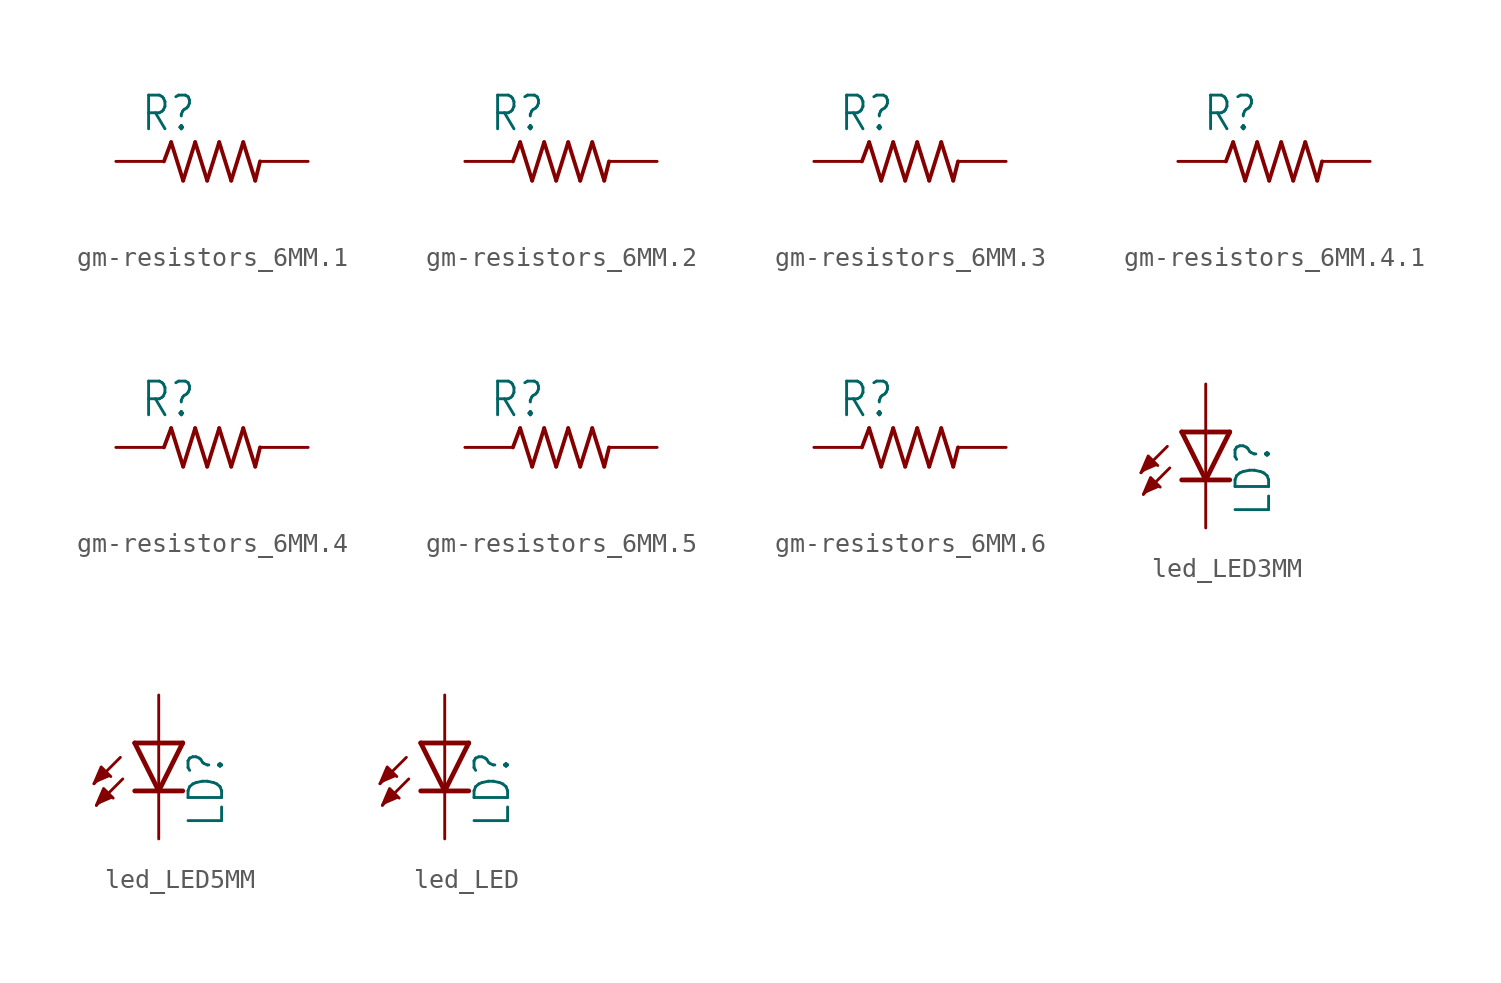
<source format=kicad_sym>
(kicad_symbol_lib
  (version 20220914)
  (generator kicad_symbol_editor)
  (symbol "gm-resistors_6MM.1"
    (property "Reference" "R"
      (at -3.81 1.499 0)
      (effects (font (size 1.778 1.511)) (justify left bottom)))
    (property "Value" ""
      (at -3.81 -3.302 0)
      (effects (font (size 1.778 1.511)) (justify left bottom)))
    (property "ki_locked" ""
      (at 0 0 0)
      (effects (font (size 1.27 1.27))))
    (symbol "gm-resistors_6MM.1_1_0"
      (polyline (pts (xy -2.54 0) (xy -2.159 1.016)) (stroke (width 0.203) (type solid)) (fill (type none)))
      (polyline (pts (xy -2.159 1.016) (xy -1.524 -1.016)) (stroke (width 0.203) (type solid)) (fill (type none)))
      (polyline (pts (xy -1.524 -1.016) (xy -0.889 1.016)) (stroke (width 0.203) (type solid)) (fill (type none)))
      (polyline (pts (xy -0.889 1.016) (xy -0.254 -1.016)) (stroke (width 0.203) (type solid)) (fill (type none)))
      (polyline (pts (xy -0.254 -1.016) (xy 0.381 1.016)) (stroke (width 0.203) (type solid)) (fill (type none)))
      (polyline (pts (xy 0.381 1.016) (xy 1.016 -1.016)) (stroke (width 0.203) (type solid)) (fill (type none)))
      (polyline (pts (xy 1.016 -1.016) (xy 1.651 1.016)) (stroke (width 0.203) (type solid)) (fill (type none)))
      (polyline (pts (xy 1.651 1.016) (xy 2.286 -1.016)) (stroke (width 0.203) (type solid)) (fill (type none)))
      (polyline (pts (xy 2.286 -1.016) (xy 2.54 0)) (stroke (width 0.203) (type solid)) (fill (type none)))
      (pin passive line (at -5.08 0 0) (length 2.54) (name "1" (effects (font (size 0 0)))) (number "1" (effects (font (size 0 0)))))
      (pin passive line (at 5.08 0 180) (length 2.54) (name "2" (effects (font (size 0 0)))) (number "2" (effects (font (size 0 0)))))))
  (symbol "gm-resistors_6MM.2"
    (property "Reference" "R"
      (at -3.81 1.499 0)
      (effects (font (size 1.778 1.511)) (justify left bottom)))
    (property "Value" ""
      (at -3.81 -3.302 0)
      (effects (font (size 1.778 1.511)) (justify left bottom)))
    (property "ki_locked" ""
      (at 0 0 0)
      (effects (font (size 1.27 1.27))))
    (symbol "gm-resistors_6MM.2_1_0"
      (polyline (pts (xy -2.54 0) (xy -2.159 1.016)) (stroke (width 0.203) (type solid)) (fill (type none)))
      (polyline (pts (xy -2.159 1.016) (xy -1.524 -1.016)) (stroke (width 0.203) (type solid)) (fill (type none)))
      (polyline (pts (xy -1.524 -1.016) (xy -0.889 1.016)) (stroke (width 0.203) (type solid)) (fill (type none)))
      (polyline (pts (xy -0.889 1.016) (xy -0.254 -1.016)) (stroke (width 0.203) (type solid)) (fill (type none)))
      (polyline (pts (xy -0.254 -1.016) (xy 0.381 1.016)) (stroke (width 0.203) (type solid)) (fill (type none)))
      (polyline (pts (xy 0.381 1.016) (xy 1.016 -1.016)) (stroke (width 0.203) (type solid)) (fill (type none)))
      (polyline (pts (xy 1.016 -1.016) (xy 1.651 1.016)) (stroke (width 0.203) (type solid)) (fill (type none)))
      (polyline (pts (xy 1.651 1.016) (xy 2.286 -1.016)) (stroke (width 0.203) (type solid)) (fill (type none)))
      (polyline (pts (xy 2.286 -1.016) (xy 2.54 0)) (stroke (width 0.203) (type solid)) (fill (type none)))
      (pin passive line (at -5.08 0 0) (length 2.54) (name "1" (effects (font (size 0 0)))) (number "1" (effects (font (size 0 0)))))
      (pin passive line (at 5.08 0 180) (length 2.54) (name "2" (effects (font (size 0 0)))) (number "2" (effects (font (size 0 0)))))))
  (symbol "gm-resistors_6MM.3"
    (property "Reference" "R"
      (at -3.81 1.499 0)
      (effects (font (size 1.778 1.511)) (justify left bottom)))
    (property "Value" ""
      (at -3.81 -3.302 0)
      (effects (font (size 1.778 1.511)) (justify left bottom)))
    (property "ki_locked" ""
      (at 0 0 0)
      (effects (font (size 1.27 1.27))))
    (symbol "gm-resistors_6MM.3_1_0"
      (polyline (pts (xy -2.54 0) (xy -2.159 1.016)) (stroke (width 0.203) (type solid)) (fill (type none)))
      (polyline (pts (xy -2.159 1.016) (xy -1.524 -1.016)) (stroke (width 0.203) (type solid)) (fill (type none)))
      (polyline (pts (xy -1.524 -1.016) (xy -0.889 1.016)) (stroke (width 0.203) (type solid)) (fill (type none)))
      (polyline (pts (xy -0.889 1.016) (xy -0.254 -1.016)) (stroke (width 0.203) (type solid)) (fill (type none)))
      (polyline (pts (xy -0.254 -1.016) (xy 0.381 1.016)) (stroke (width 0.203) (type solid)) (fill (type none)))
      (polyline (pts (xy 0.381 1.016) (xy 1.016 -1.016)) (stroke (width 0.203) (type solid)) (fill (type none)))
      (polyline (pts (xy 1.016 -1.016) (xy 1.651 1.016)) (stroke (width 0.203) (type solid)) (fill (type none)))
      (polyline (pts (xy 1.651 1.016) (xy 2.286 -1.016)) (stroke (width 0.203) (type solid)) (fill (type none)))
      (polyline (pts (xy 2.286 -1.016) (xy 2.54 0)) (stroke (width 0.203) (type solid)) (fill (type none)))
      (pin passive line (at -5.08 0 0) (length 2.54) (name "1" (effects (font (size 0 0)))) (number "1" (effects (font (size 0 0)))))
      (pin passive line (at 5.08 0 180) (length 2.54) (name "2" (effects (font (size 0 0)))) (number "2" (effects (font (size 0 0)))))))
  (symbol "gm-resistors_6MM.4.1"
    (property "Reference" "R"
      (at -3.81 1.499 0)
      (effects (font (size 1.778 1.511)) (justify left bottom)))
    (property "Value" ""
      (at -3.81 -3.302 0)
      (effects (font (size 1.778 1.511)) (justify left bottom)))
    (property "ki_locked" ""
      (at 0 0 0)
      (effects (font (size 1.27 1.27))))
    (symbol "gm-resistors_6MM.4.1_1_0"
      (polyline (pts (xy -2.54 0) (xy -2.159 1.016)) (stroke (width 0.203) (type solid)) (fill (type none)))
      (polyline (pts (xy -2.159 1.016) (xy -1.524 -1.016)) (stroke (width 0.203) (type solid)) (fill (type none)))
      (polyline (pts (xy -1.524 -1.016) (xy -0.889 1.016)) (stroke (width 0.203) (type solid)) (fill (type none)))
      (polyline (pts (xy -0.889 1.016) (xy -0.254 -1.016)) (stroke (width 0.203) (type solid)) (fill (type none)))
      (polyline (pts (xy -0.254 -1.016) (xy 0.381 1.016)) (stroke (width 0.203) (type solid)) (fill (type none)))
      (polyline (pts (xy 0.381 1.016) (xy 1.016 -1.016)) (stroke (width 0.203) (type solid)) (fill (type none)))
      (polyline (pts (xy 1.016 -1.016) (xy 1.651 1.016)) (stroke (width 0.203) (type solid)) (fill (type none)))
      (polyline (pts (xy 1.651 1.016) (xy 2.286 -1.016)) (stroke (width 0.203) (type solid)) (fill (type none)))
      (polyline (pts (xy 2.286 -1.016) (xy 2.54 0)) (stroke (width 0.203) (type solid)) (fill (type none)))
      (pin passive line (at -5.08 0 0) (length 2.54) (name "1" (effects (font (size 0 0)))) (number "1" (effects (font (size 0 0)))))
      (pin passive line (at 5.08 0 180) (length 2.54) (name "2" (effects (font (size 0 0)))) (number "2" (effects (font (size 0 0)))))))
  (symbol "gm-resistors_6MM.4"
    (property "Reference" "R"
      (at -3.81 1.499 0)
      (effects (font (size 1.778 1.511)) (justify left bottom)))
    (property "Value" ""
      (at -3.81 -3.302 0)
      (effects (font (size 1.778 1.511)) (justify left bottom)))
    (property "ki_locked" ""
      (at 0 0 0)
      (effects (font (size 1.27 1.27))))
    (symbol "gm-resistors_6MM.4_1_0"
      (polyline (pts (xy -2.54 0) (xy -2.159 1.016)) (stroke (width 0.203) (type solid)) (fill (type none)))
      (polyline (pts (xy -2.159 1.016) (xy -1.524 -1.016)) (stroke (width 0.203) (type solid)) (fill (type none)))
      (polyline (pts (xy -1.524 -1.016) (xy -0.889 1.016)) (stroke (width 0.203) (type solid)) (fill (type none)))
      (polyline (pts (xy -0.889 1.016) (xy -0.254 -1.016)) (stroke (width 0.203) (type solid)) (fill (type none)))
      (polyline (pts (xy -0.254 -1.016) (xy 0.381 1.016)) (stroke (width 0.203) (type solid)) (fill (type none)))
      (polyline (pts (xy 0.381 1.016) (xy 1.016 -1.016)) (stroke (width 0.203) (type solid)) (fill (type none)))
      (polyline (pts (xy 1.016 -1.016) (xy 1.651 1.016)) (stroke (width 0.203) (type solid)) (fill (type none)))
      (polyline (pts (xy 1.651 1.016) (xy 2.286 -1.016)) (stroke (width 0.203) (type solid)) (fill (type none)))
      (polyline (pts (xy 2.286 -1.016) (xy 2.54 0)) (stroke (width 0.203) (type solid)) (fill (type none)))
      (pin passive line (at -5.08 0 0) (length 2.54) (name "1" (effects (font (size 0 0)))) (number "1" (effects (font (size 0 0)))))
      (pin passive line (at 5.08 0 180) (length 2.54) (name "2" (effects (font (size 0 0)))) (number "2" (effects (font (size 0 0)))))))
  (symbol "gm-resistors_6MM.5"
    (property "Reference" "R"
      (at -3.81 1.499 0)
      (effects (font (size 1.778 1.511)) (justify left bottom)))
    (property "Value" ""
      (at -3.81 -3.302 0)
      (effects (font (size 1.778 1.511)) (justify left bottom)))
    (property "ki_locked" ""
      (at 0 0 0)
      (effects (font (size 1.27 1.27))))
    (symbol "gm-resistors_6MM.5_1_0"
      (polyline (pts (xy -2.54 0) (xy -2.159 1.016)) (stroke (width 0.203) (type solid)) (fill (type none)))
      (polyline (pts (xy -2.159 1.016) (xy -1.524 -1.016)) (stroke (width 0.203) (type solid)) (fill (type none)))
      (polyline (pts (xy -1.524 -1.016) (xy -0.889 1.016)) (stroke (width 0.203) (type solid)) (fill (type none)))
      (polyline (pts (xy -0.889 1.016) (xy -0.254 -1.016)) (stroke (width 0.203) (type solid)) (fill (type none)))
      (polyline (pts (xy -0.254 -1.016) (xy 0.381 1.016)) (stroke (width 0.203) (type solid)) (fill (type none)))
      (polyline (pts (xy 0.381 1.016) (xy 1.016 -1.016)) (stroke (width 0.203) (type solid)) (fill (type none)))
      (polyline (pts (xy 1.016 -1.016) (xy 1.651 1.016)) (stroke (width 0.203) (type solid)) (fill (type none)))
      (polyline (pts (xy 1.651 1.016) (xy 2.286 -1.016)) (stroke (width 0.203) (type solid)) (fill (type none)))
      (polyline (pts (xy 2.286 -1.016) (xy 2.54 0)) (stroke (width 0.203) (type solid)) (fill (type none)))
      (pin passive line (at -5.08 0 0) (length 2.54) (name "1" (effects (font (size 0 0)))) (number "1" (effects (font (size 0 0)))))
      (pin passive line (at 5.08 0 180) (length 2.54) (name "2" (effects (font (size 0 0)))) (number "2" (effects (font (size 0 0)))))))
  (symbol "gm-resistors_6MM.6"
    (property "Reference" "R"
      (at -3.81 1.499 0)
      (effects (font (size 1.778 1.511)) (justify left bottom)))
    (property "Value" ""
      (at -3.81 -3.302 0)
      (effects (font (size 1.778 1.511)) (justify left bottom)))
    (property "ki_locked" ""
      (at 0 0 0)
      (effects (font (size 1.27 1.27))))
    (symbol "gm-resistors_6MM.6_1_0"
      (polyline (pts (xy -2.54 0) (xy -2.159 1.016)) (stroke (width 0.203) (type solid)) (fill (type none)))
      (polyline (pts (xy -2.159 1.016) (xy -1.524 -1.016)) (stroke (width 0.203) (type solid)) (fill (type none)))
      (polyline (pts (xy -1.524 -1.016) (xy -0.889 1.016)) (stroke (width 0.203) (type solid)) (fill (type none)))
      (polyline (pts (xy -0.889 1.016) (xy -0.254 -1.016)) (stroke (width 0.203) (type solid)) (fill (type none)))
      (polyline (pts (xy -0.254 -1.016) (xy 0.381 1.016)) (stroke (width 0.203) (type solid)) (fill (type none)))
      (polyline (pts (xy 0.381 1.016) (xy 1.016 -1.016)) (stroke (width 0.203) (type solid)) (fill (type none)))
      (polyline (pts (xy 1.016 -1.016) (xy 1.651 1.016)) (stroke (width 0.203) (type solid)) (fill (type none)))
      (polyline (pts (xy 1.651 1.016) (xy 2.286 -1.016)) (stroke (width 0.203) (type solid)) (fill (type none)))
      (polyline (pts (xy 2.286 -1.016) (xy 2.54 0)) (stroke (width 0.203) (type solid)) (fill (type none)))
      (pin passive line (at -5.08 0 0) (length 2.54) (name "1" (effects (font (size 0 0)))) (number "1" (effects (font (size 0 0)))))
      (pin passive line (at 5.08 0 180) (length 2.54) (name "2" (effects (font (size 0 0)))) (number "2" (effects (font (size 0 0)))))))
  (symbol "led_LED3MM"
    (property "Reference" "LD"
      (at 3.556 -4.572 90)
      (effects (font (size 1.778 1.511)) (justify left bottom)))
    (property "Value" ""
      (at 5.715 -4.572 90)
      (effects (font (size 1.778 1.511)) (justify left bottom)))
    (property "ki_locked" ""
      (at 0 0 0)
      (effects (font (size 1.27 1.27))))
    (symbol "led_LED3MM_1_0"
      (polyline (pts (xy -2.032 -0.762) (xy -3.429 -2.159)) (stroke (width 0.152) (type solid)) (fill (type none)))
      (polyline (pts (xy -1.905 -1.905) (xy -3.302 -3.302)) (stroke (width 0.152) (type solid)) (fill (type none)))
      (polyline (pts (xy 0 -2.54) (xy -1.27 -2.54)) (stroke (width 0.254) (type solid)) (fill (type none)))
      (polyline (pts (xy 0 -2.54) (xy -1.27 0)) (stroke (width 0.254) (type solid)) (fill (type none)))
      (polyline (pts (xy 0 0) (xy -1.27 0)) (stroke (width 0.254) (type solid)) (fill (type none)))
      (polyline (pts (xy 0 0) (xy 0 -2.54)) (stroke (width 0.152) (type solid)) (fill (type none)))
      (polyline (pts (xy 1.27 -2.54) (xy 0 -2.54)) (stroke (width 0.254) (type solid)) (fill (type none)))
      (polyline (pts (xy 1.27 0) (xy 0 -2.54)) (stroke (width 0.254) (type solid)) (fill (type none)))
      (polyline (pts (xy 1.27 0) (xy 0 0)) (stroke (width 0.254) (type solid)) (fill (type none)))
      (polyline (pts (xy -3.429 -2.159) (xy -3.048 -1.27) (xy -2.54 -1.778)) (stroke (width 0.152) (type solid)) (fill (type outline)))
      (polyline (pts (xy -3.302 -3.302) (xy -2.921 -2.413) (xy -2.413 -2.921)) (stroke (width 0.152) (type solid)) (fill (type outline)))
      (pin passive line (at 0 2.54 270) (length 2.54) (name "A" (effects (font (size 0 0)))) (number "A" (effects (font (size 0 0)))))
      (pin passive line (at 0 -5.08 90) (length 2.54) (name "C" (effects (font (size 0 0)))) (number "K" (effects (font (size 0 0)))))))
  (symbol "led_LED5MM"
    (property "Reference" "LD"
      (at 3.556 -4.572 90)
      (effects (font (size 1.778 1.511)) (justify left bottom)))
    (property "Value" ""
      (at 5.715 -4.572 90)
      (effects (font (size 1.778 1.511)) (justify left bottom)))
    (property "ki_locked" ""
      (at 0 0 0)
      (effects (font (size 1.27 1.27))))
    (symbol "led_LED5MM_1_0"
      (polyline (pts (xy -2.032 -0.762) (xy -3.429 -2.159)) (stroke (width 0.152) (type solid)) (fill (type none)))
      (polyline (pts (xy -1.905 -1.905) (xy -3.302 -3.302)) (stroke (width 0.152) (type solid)) (fill (type none)))
      (polyline (pts (xy 0 -2.54) (xy -1.27 -2.54)) (stroke (width 0.254) (type solid)) (fill (type none)))
      (polyline (pts (xy 0 -2.54) (xy -1.27 0)) (stroke (width 0.254) (type solid)) (fill (type none)))
      (polyline (pts (xy 0 0) (xy -1.27 0)) (stroke (width 0.254) (type solid)) (fill (type none)))
      (polyline (pts (xy 0 0) (xy 0 -2.54)) (stroke (width 0.152) (type solid)) (fill (type none)))
      (polyline (pts (xy 1.27 -2.54) (xy 0 -2.54)) (stroke (width 0.254) (type solid)) (fill (type none)))
      (polyline (pts (xy 1.27 0) (xy 0 -2.54)) (stroke (width 0.254) (type solid)) (fill (type none)))
      (polyline (pts (xy 1.27 0) (xy 0 0)) (stroke (width 0.254) (type solid)) (fill (type none)))
      (polyline (pts (xy -3.429 -2.159) (xy -3.048 -1.27) (xy -2.54 -1.778)) (stroke (width 0.152) (type solid)) (fill (type outline)))
      (polyline (pts (xy -3.302 -3.302) (xy -2.921 -2.413) (xy -2.413 -2.921)) (stroke (width 0.152) (type solid)) (fill (type outline)))
      (pin passive line (at 0 2.54 270) (length 2.54) (name "A" (effects (font (size 0 0)))) (number "A" (effects (font (size 0 0)))))
      (pin passive line (at 0 -5.08 90) (length 2.54) (name "C" (effects (font (size 0 0)))) (number "K" (effects (font (size 0 0)))))))
  (symbol "led_LED"
    (property "Reference" "LD"
      (at 3.556 -4.572 90)
      (effects (font (size 1.778 1.511)) (justify left bottom)))
    (property "Value" ""
      (at 5.715 -4.572 90)
      (effects (font (size 1.778 1.511)) (justify left bottom)))
    (property "ki_locked" ""
      (at 0 0 0)
      (effects (font (size 1.27 1.27))))
    (symbol "led_LED_1_0"
      (polyline (pts (xy -2.032 -0.762) (xy -3.429 -2.159)) (stroke (width 0.152) (type solid)) (fill (type none)))
      (polyline (pts (xy -1.905 -1.905) (xy -3.302 -3.302)) (stroke (width 0.152) (type solid)) (fill (type none)))
      (polyline (pts (xy 0 -2.54) (xy -1.27 -2.54)) (stroke (width 0.254) (type solid)) (fill (type none)))
      (polyline (pts (xy 0 -2.54) (xy -1.27 0)) (stroke (width 0.254) (type solid)) (fill (type none)))
      (polyline (pts (xy 0 0) (xy -1.27 0)) (stroke (width 0.254) (type solid)) (fill (type none)))
      (polyline (pts (xy 0 0) (xy 0 -2.54)) (stroke (width 0.152) (type solid)) (fill (type none)))
      (polyline (pts (xy 1.27 -2.54) (xy 0 -2.54)) (stroke (width 0.254) (type solid)) (fill (type none)))
      (polyline (pts (xy 1.27 0) (xy 0 -2.54)) (stroke (width 0.254) (type solid)) (fill (type none)))
      (polyline (pts (xy 1.27 0) (xy 0 0)) (stroke (width 0.254) (type solid)) (fill (type none)))
      (polyline (pts (xy -3.429 -2.159) (xy -3.048 -1.27) (xy -2.54 -1.778)) (stroke (width 0.152) (type solid)) (fill (type outline)))
      (polyline (pts (xy -3.302 -3.302) (xy -2.921 -2.413) (xy -2.413 -2.921)) (stroke (width 0.152) (type solid)) (fill (type outline)))
      (pin passive line (at 0 2.54 270) (length 2.54) (name "A" (effects (font (size 0 0)))) (number "A@1" (effects (font (size 0 0)))))
      (pin passive line (at 0 -5.08 90) (length 2.54) (name "C" (effects (font (size 0 0)))) (number "C@1" (effects (font (size 0 0))))))))
</source>
